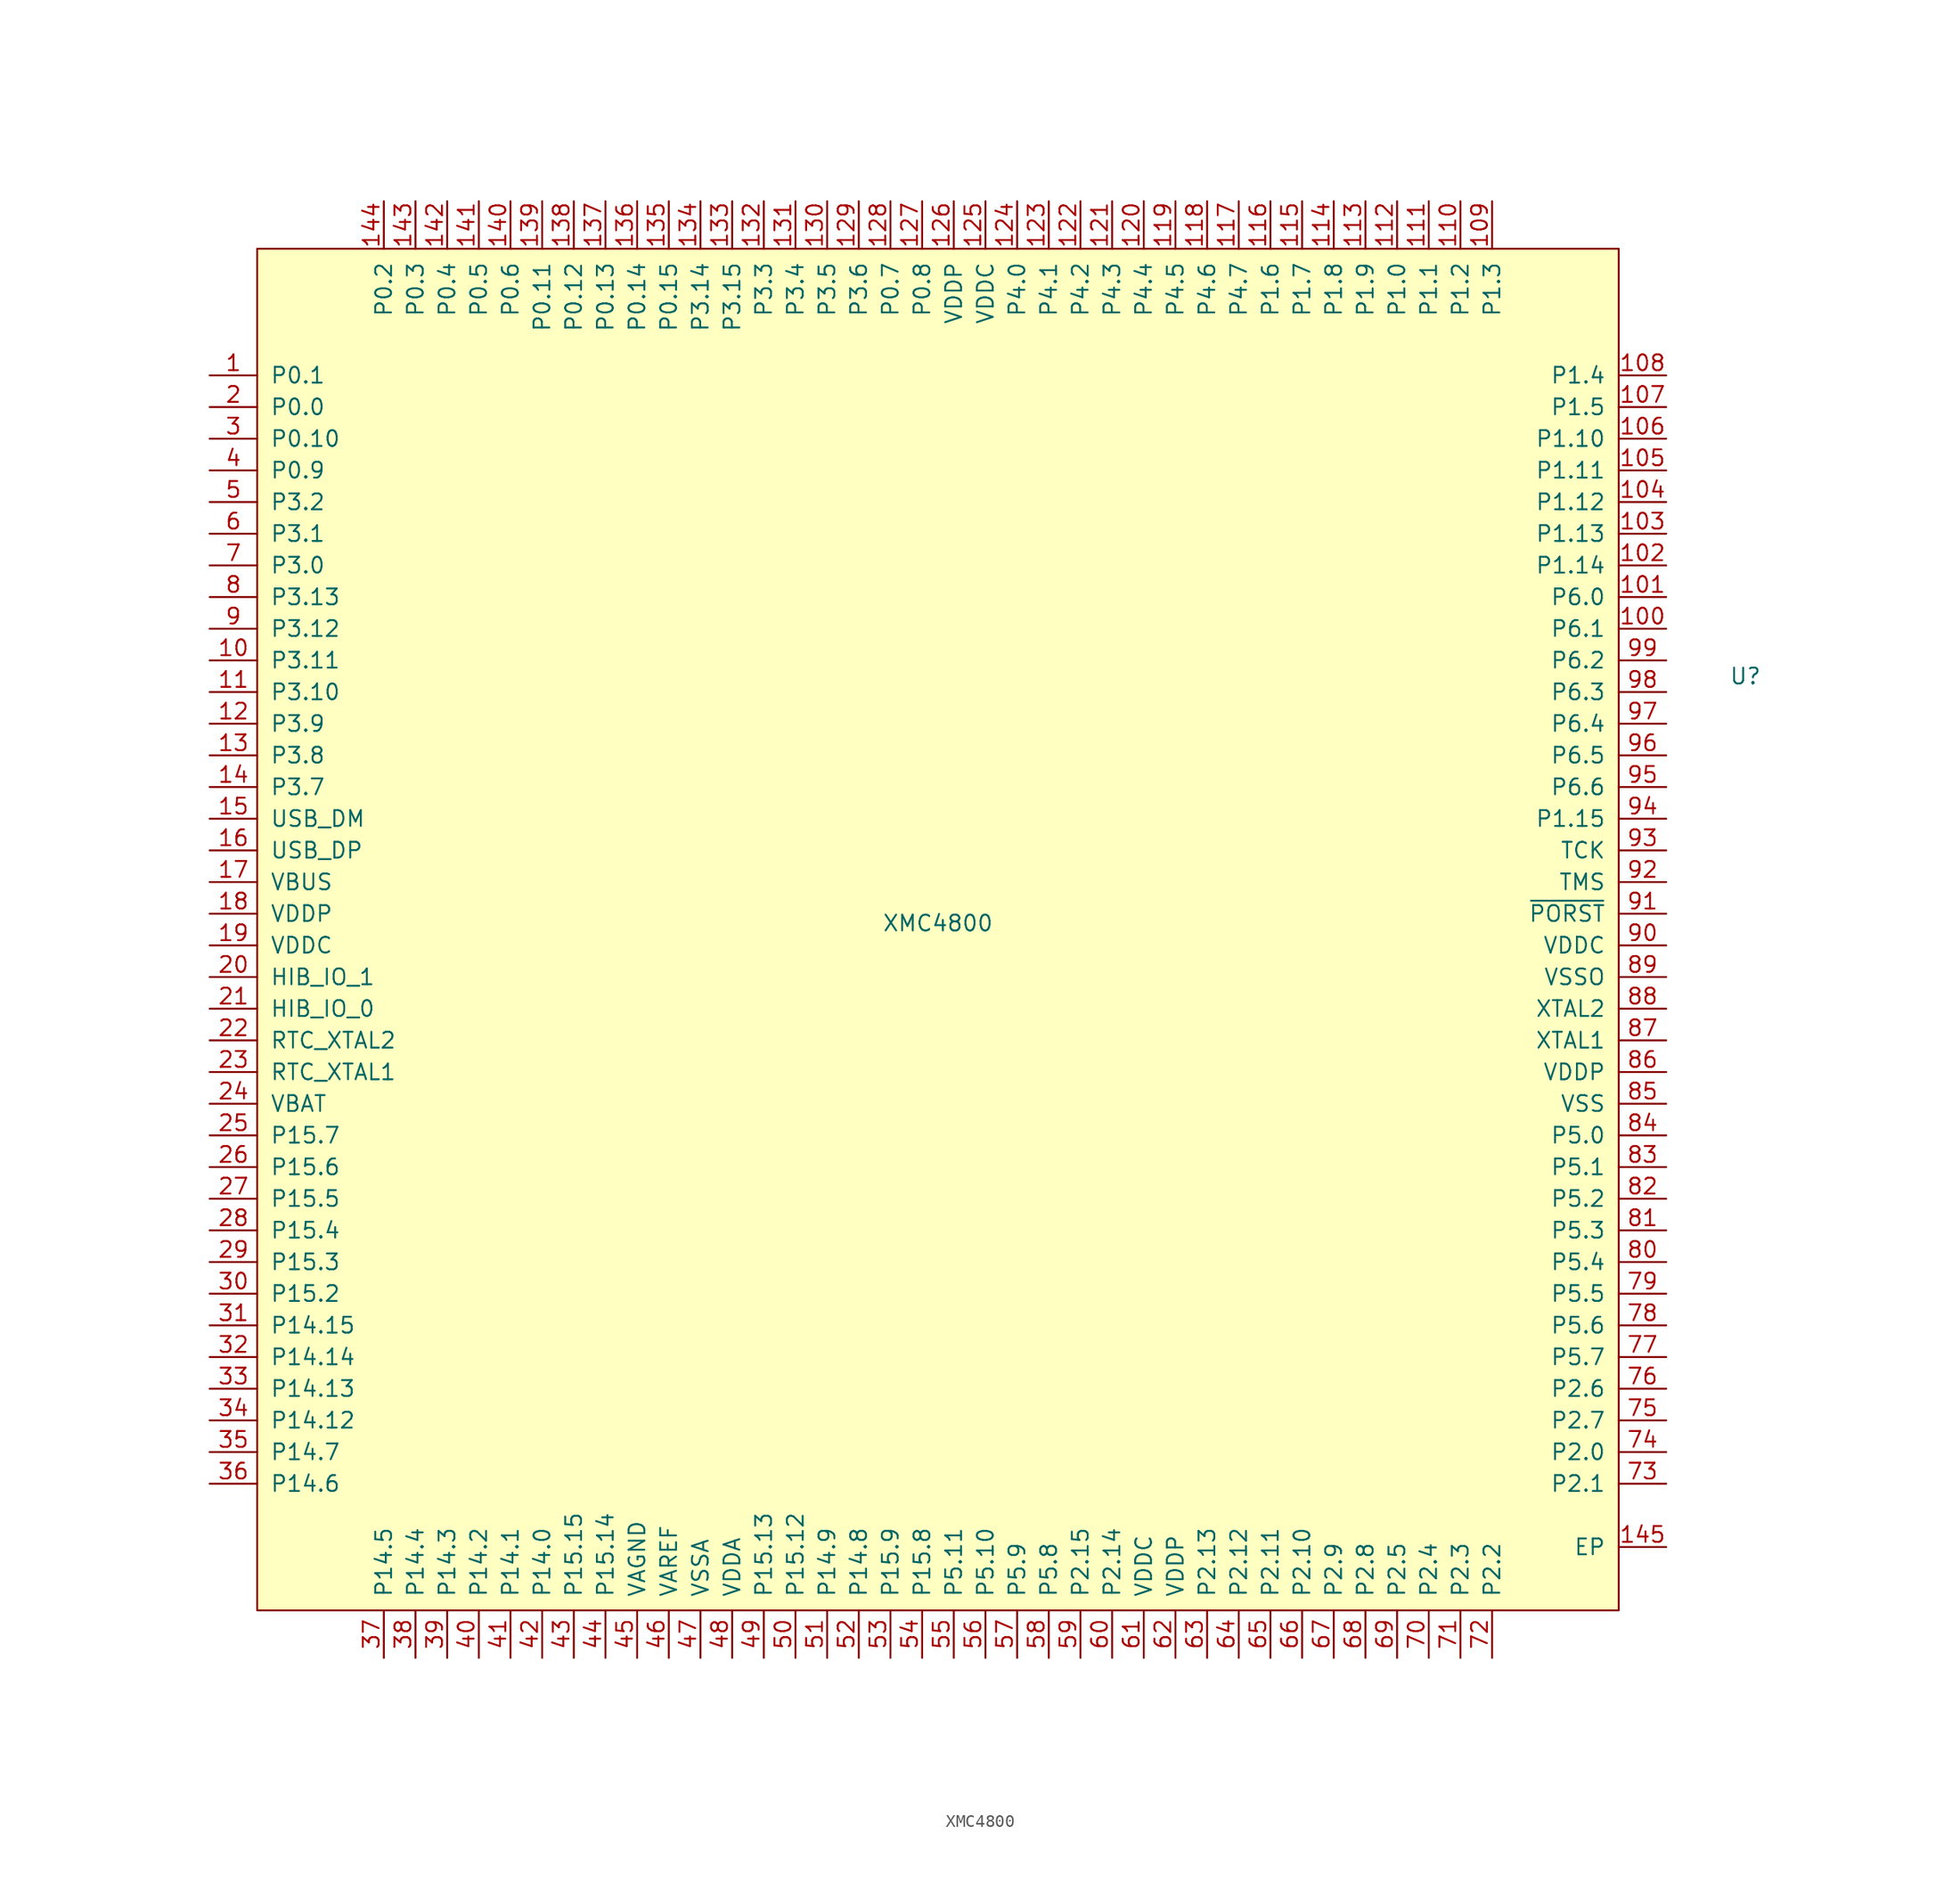
<source format=kicad_sym>
(kicad_symbol_lib
  (version 20211014)
  (generator kicad_symbol_editor)
  (symbol "XMC4800"
    (pin_names
      (offset 1.016))
    (property "Reference" "U"
      (at 64.77 20.32 0)
      (effects (font (size 1.27 1.27))))
    (property "Value" "XMC4800"
      (at 0 0.508 0)
      (effects (font (size 1.27 1.27))))
    (symbol "XMC4800_0_1"
      (rectangle (start -54.61 54.61) (end 54.61 -54.61) (stroke (width 0) (type default) (color 0 0 0 0)) (fill (type background))))
    (symbol "XMC4800_1_1"
      (pin passive line (at -58.42 44.45 0) (length 3.81) (name "P0.1" (effects (font (size 1.27 1.27)))) (number "1" (effects (font (size 1.27 1.27)))))
      (pin passive line (at -58.42 21.59 0) (length 3.81) (name "P3.11" (effects (font (size 1.27 1.27)))) (number "10" (effects (font (size 1.27 1.27)))))
      (pin passive line (at 58.42 24.13 180) (length 3.81) (name "P6.1" (effects (font (size 1.27 1.27)))) (number "100" (effects (font (size 1.27 1.27)))))
      (pin passive line (at 58.42 26.67 180) (length 3.81) (name "P6.0" (effects (font (size 1.27 1.27)))) (number "101" (effects (font (size 1.27 1.27)))))
      (pin passive line (at 58.42 29.21 180) (length 3.81) (name "P1.14" (effects (font (size 1.27 1.27)))) (number "102" (effects (font (size 1.27 1.27)))))
      (pin passive line (at 58.42 31.75 180) (length 3.81) (name "P1.13" (effects (font (size 1.27 1.27)))) (number "103" (effects (font (size 1.27 1.27)))))
      (pin passive line (at 58.42 34.29 180) (length 3.81) (name "P1.12" (effects (font (size 1.27 1.27)))) (number "104" (effects (font (size 1.27 1.27)))))
      (pin passive line (at 58.42 36.83 180) (length 3.81) (name "P1.11" (effects (font (size 1.27 1.27)))) (number "105" (effects (font (size 1.27 1.27)))))
      (pin passive line (at 58.42 39.37 180) (length 3.81) (name "P1.10" (effects (font (size 1.27 1.27)))) (number "106" (effects (font (size 1.27 1.27)))))
      (pin passive line (at 58.42 41.91 180) (length 3.81) (name "P1.5" (effects (font (size 1.27 1.27)))) (number "107" (effects (font (size 1.27 1.27)))))
      (pin passive line (at 58.42 44.45 180) (length 3.81) (name "P1.4" (effects (font (size 1.27 1.27)))) (number "108" (effects (font (size 1.27 1.27)))))
      (pin passive line (at 44.45 58.42 270) (length 3.81) (name "P1.3" (effects (font (size 1.27 1.27)))) (number "109" (effects (font (size 1.27 1.27)))))
      (pin passive line (at -58.42 19.05 0) (length 3.81) (name "P3.10" (effects (font (size 1.27 1.27)))) (number "11" (effects (font (size 1.27 1.27)))))
      (pin passive line (at 41.91 58.42 270) (length 3.81) (name "P1.2" (effects (font (size 1.27 1.27)))) (number "110" (effects (font (size 1.27 1.27)))))
      (pin passive line (at 39.37 58.42 270) (length 3.81) (name "P1.1" (effects (font (size 1.27 1.27)))) (number "111" (effects (font (size 1.27 1.27)))))
      (pin passive line (at 36.83 58.42 270) (length 3.81) (name "P1.0" (effects (font (size 1.27 1.27)))) (number "112" (effects (font (size 1.27 1.27)))))
      (pin passive line (at 34.29 58.42 270) (length 3.81) (name "P1.9" (effects (font (size 1.27 1.27)))) (number "113" (effects (font (size 1.27 1.27)))))
      (pin passive line (at 31.75 58.42 270) (length 3.81) (name "P1.8" (effects (font (size 1.27 1.27)))) (number "114" (effects (font (size 1.27 1.27)))))
      (pin passive line (at 29.21 58.42 270) (length 3.81) (name "P1.7" (effects (font (size 1.27 1.27)))) (number "115" (effects (font (size 1.27 1.27)))))
      (pin passive line (at 26.67 58.42 270) (length 3.81) (name "P1.6" (effects (font (size 1.27 1.27)))) (number "116" (effects (font (size 1.27 1.27)))))
      (pin passive line (at 24.13 58.42 270) (length 3.81) (name "P4.7" (effects (font (size 1.27 1.27)))) (number "117" (effects (font (size 1.27 1.27)))))
      (pin passive line (at 21.59 58.42 270) (length 3.81) (name "P4.6" (effects (font (size 1.27 1.27)))) (number "118" (effects (font (size 1.27 1.27)))))
      (pin passive line (at 19.05 58.42 270) (length 3.81) (name "P4.5" (effects (font (size 1.27 1.27)))) (number "119" (effects (font (size 1.27 1.27)))))
      (pin passive line (at -58.42 16.51 0) (length 3.81) (name "P3.9" (effects (font (size 1.27 1.27)))) (number "12" (effects (font (size 1.27 1.27)))))
      (pin passive line (at 16.51 58.42 270) (length 3.81) (name "P4.4" (effects (font (size 1.27 1.27)))) (number "120" (effects (font (size 1.27 1.27)))))
      (pin passive line (at 13.97 58.42 270) (length 3.81) (name "P4.3" (effects (font (size 1.27 1.27)))) (number "121" (effects (font (size 1.27 1.27)))))
      (pin passive line (at 11.43 58.42 270) (length 3.81) (name "P4.2" (effects (font (size 1.27 1.27)))) (number "122" (effects (font (size 1.27 1.27)))))
      (pin passive line (at 8.89 58.42 270) (length 3.81) (name "P4.1" (effects (font (size 1.27 1.27)))) (number "123" (effects (font (size 1.27 1.27)))))
      (pin passive line (at 6.35 58.42 270) (length 3.81) (name "P4.0" (effects (font (size 1.27 1.27)))) (number "124" (effects (font (size 1.27 1.27)))))
      (pin passive line (at 3.81 58.42 270) (length 3.81) (name "VDDC" (effects (font (size 1.27 1.27)))) (number "125" (effects (font (size 1.27 1.27)))))
      (pin passive line (at 1.27 58.42 270) (length 3.81) (name "VDDP" (effects (font (size 1.27 1.27)))) (number "126" (effects (font (size 1.27 1.27)))))
      (pin passive line (at -1.27 58.42 270) (length 3.81) (name "P0.8" (effects (font (size 1.27 1.27)))) (number "127" (effects (font (size 1.27 1.27)))))
      (pin passive line (at -3.81 58.42 270) (length 3.81) (name "P0.7" (effects (font (size 1.27 1.27)))) (number "128" (effects (font (size 1.27 1.27)))))
      (pin passive line (at -6.35 58.42 270) (length 3.81) (name "P3.6" (effects (font (size 1.27 1.27)))) (number "129" (effects (font (size 1.27 1.27)))))
      (pin passive line (at -58.42 13.97 0) (length 3.81) (name "P3.8" (effects (font (size 1.27 1.27)))) (number "13" (effects (font (size 1.27 1.27)))))
      (pin passive line (at -8.89 58.42 270) (length 3.81) (name "P3.5" (effects (font (size 1.27 1.27)))) (number "130" (effects (font (size 1.27 1.27)))))
      (pin passive line (at -11.43 58.42 270) (length 3.81) (name "P3.4" (effects (font (size 1.27 1.27)))) (number "131" (effects (font (size 1.27 1.27)))))
      (pin passive line (at -13.97 58.42 270) (length 3.81) (name "P3.3" (effects (font (size 1.27 1.27)))) (number "132" (effects (font (size 1.27 1.27)))))
      (pin passive line (at -16.51 58.42 270) (length 3.81) (name "P3.15" (effects (font (size 1.27 1.27)))) (number "133" (effects (font (size 1.27 1.27)))))
      (pin passive line (at -19.05 58.42 270) (length 3.81) (name "P3.14" (effects (font (size 1.27 1.27)))) (number "134" (effects (font (size 1.27 1.27)))))
      (pin passive line (at -21.59 58.42 270) (length 3.81) (name "P0.15" (effects (font (size 1.27 1.27)))) (number "135" (effects (font (size 1.27 1.27)))))
      (pin passive line (at -24.13 58.42 270) (length 3.81) (name "P0.14" (effects (font (size 1.27 1.27)))) (number "136" (effects (font (size 1.27 1.27)))))
      (pin passive line (at -26.67 58.42 270) (length 3.81) (name "P0.13" (effects (font (size 1.27 1.27)))) (number "137" (effects (font (size 1.27 1.27)))))
      (pin passive line (at -29.21 58.42 270) (length 3.81) (name "P0.12" (effects (font (size 1.27 1.27)))) (number "138" (effects (font (size 1.27 1.27)))))
      (pin passive line (at -31.75 58.42 270) (length 3.81) (name "P0.11" (effects (font (size 1.27 1.27)))) (number "139" (effects (font (size 1.27 1.27)))))
      (pin passive line (at -58.42 11.43 0) (length 3.81) (name "P3.7" (effects (font (size 1.27 1.27)))) (number "14" (effects (font (size 1.27 1.27)))))
      (pin passive line (at -34.29 58.42 270) (length 3.81) (name "P0.6" (effects (font (size 1.27 1.27)))) (number "140" (effects (font (size 1.27 1.27)))))
      (pin passive line (at -36.83 58.42 270) (length 3.81) (name "P0.5" (effects (font (size 1.27 1.27)))) (number "141" (effects (font (size 1.27 1.27)))))
      (pin passive line (at -39.37 58.42 270) (length 3.81) (name "P0.4" (effects (font (size 1.27 1.27)))) (number "142" (effects (font (size 1.27 1.27)))))
      (pin passive line (at -41.91 58.42 270) (length 3.81) (name "P0.3" (effects (font (size 1.27 1.27)))) (number "143" (effects (font (size 1.27 1.27)))))
      (pin passive line (at -44.45 58.42 270) (length 3.81) (name "P0.2" (effects (font (size 1.27 1.27)))) (number "144" (effects (font (size 1.27 1.27)))))
      (pin passive line (at 58.42 -49.53 180) (length 3.81) (name "EP" (effects (font (size 1.27 1.27)))) (number "145" (effects (font (size 1.27 1.27)))))
      (pin passive line (at -58.42 8.89 0) (length 3.81) (name "USB_DM" (effects (font (size 1.27 1.27)))) (number "15" (effects (font (size 1.27 1.27)))))
      (pin passive line (at -58.42 6.35 0) (length 3.81) (name "USB_DP" (effects (font (size 1.27 1.27)))) (number "16" (effects (font (size 1.27 1.27)))))
      (pin passive line (at -58.42 3.81 0) (length 3.81) (name "VBUS" (effects (font (size 1.27 1.27)))) (number "17" (effects (font (size 1.27 1.27)))))
      (pin passive line (at -58.42 1.27 0) (length 3.81) (name "VDDP" (effects (font (size 1.27 1.27)))) (number "18" (effects (font (size 1.27 1.27)))))
      (pin passive line (at -58.42 -1.27 0) (length 3.81) (name "VDDC" (effects (font (size 1.27 1.27)))) (number "19" (effects (font (size 1.27 1.27)))))
      (pin passive line (at -58.42 41.91 0) (length 3.81) (name "P0.0" (effects (font (size 1.27 1.27)))) (number "2" (effects (font (size 1.27 1.27)))))
      (pin passive line (at -58.42 -3.81 0) (length 3.81) (name "HIB_IO_1~{}" (effects (font (size 1.27 1.27)))) (number "20" (effects (font (size 1.27 1.27)))))
      (pin passive line (at -58.42 -6.35 0) (length 3.81) (name "HIB_IO_0" (effects (font (size 1.27 1.27)))) (number "21" (effects (font (size 1.27 1.27)))))
      (pin passive line (at -58.42 -8.89 0) (length 3.81) (name "RTC_XTAL2" (effects (font (size 1.27 1.27)))) (number "22" (effects (font (size 1.27 1.27)))))
      (pin passive line (at -58.42 -11.43 0) (length 3.81) (name "RTC_XTAL1" (effects (font (size 1.27 1.27)))) (number "23" (effects (font (size 1.27 1.27)))))
      (pin passive line (at -58.42 -13.97 0) (length 3.81) (name "VBAT" (effects (font (size 1.27 1.27)))) (number "24" (effects (font (size 1.27 1.27)))))
      (pin passive line (at -58.42 -16.51 0) (length 3.81) (name "P15.7" (effects (font (size 1.27 1.27)))) (number "25" (effects (font (size 1.27 1.27)))))
      (pin passive line (at -58.42 -19.05 0) (length 3.81) (name "P15.6" (effects (font (size 1.27 1.27)))) (number "26" (effects (font (size 1.27 1.27)))))
      (pin passive line (at -58.42 -21.59 0) (length 3.81) (name "P15.5" (effects (font (size 1.27 1.27)))) (number "27" (effects (font (size 1.27 1.27)))))
      (pin passive line (at -58.42 -24.13 0) (length 3.81) (name "P15.4" (effects (font (size 1.27 1.27)))) (number "28" (effects (font (size 1.27 1.27)))))
      (pin passive line (at -58.42 -26.67 0) (length 3.81) (name "P15.3" (effects (font (size 1.27 1.27)))) (number "29" (effects (font (size 1.27 1.27)))))
      (pin passive line (at -58.42 39.37 0) (length 3.81) (name "P0.10" (effects (font (size 1.27 1.27)))) (number "3" (effects (font (size 1.27 1.27)))))
      (pin passive line (at -58.42 -29.21 0) (length 3.81) (name "P15.2" (effects (font (size 1.27 1.27)))) (number "30" (effects (font (size 1.27 1.27)))))
      (pin passive line (at -58.42 -31.75 0) (length 3.81) (name "P14.15" (effects (font (size 1.27 1.27)))) (number "31" (effects (font (size 1.27 1.27)))))
      (pin passive line (at -58.42 -34.29 0) (length 3.81) (name "P14.14" (effects (font (size 1.27 1.27)))) (number "32" (effects (font (size 1.27 1.27)))))
      (pin passive line (at -58.42 -36.83 0) (length 3.81) (name "P14.13" (effects (font (size 1.27 1.27)))) (number "33" (effects (font (size 1.27 1.27)))))
      (pin passive line (at -58.42 -39.37 0) (length 3.81) (name "P14.12" (effects (font (size 1.27 1.27)))) (number "34" (effects (font (size 1.27 1.27)))))
      (pin passive line (at -58.42 -41.91 0) (length 3.81) (name "P14.7" (effects (font (size 1.27 1.27)))) (number "35" (effects (font (size 1.27 1.27)))))
      (pin passive line (at -58.42 -44.45 0) (length 3.81) (name "P14.6" (effects (font (size 1.27 1.27)))) (number "36" (effects (font (size 1.27 1.27)))))
      (pin passive line (at -44.45 -58.42 90) (length 3.81) (name "P14.5" (effects (font (size 1.27 1.27)))) (number "37" (effects (font (size 1.27 1.27)))))
      (pin passive line (at -41.91 -58.42 90) (length 3.81) (name "P14.4" (effects (font (size 1.27 1.27)))) (number "38" (effects (font (size 1.27 1.27)))))
      (pin passive line (at -39.37 -58.42 90) (length 3.81) (name "P14.3" (effects (font (size 1.27 1.27)))) (number "39" (effects (font (size 1.27 1.27)))))
      (pin passive line (at -58.42 36.83 0) (length 3.81) (name "P0.9" (effects (font (size 1.27 1.27)))) (number "4" (effects (font (size 1.27 1.27)))))
      (pin passive line (at -36.83 -58.42 90) (length 3.81) (name "P14.2" (effects (font (size 1.27 1.27)))) (number "40" (effects (font (size 1.27 1.27)))))
      (pin passive line (at -34.29 -58.42 90) (length 3.81) (name "P14.1" (effects (font (size 1.27 1.27)))) (number "41" (effects (font (size 1.27 1.27)))))
      (pin passive line (at -31.75 -58.42 90) (length 3.81) (name "P14.0" (effects (font (size 1.27 1.27)))) (number "42" (effects (font (size 1.27 1.27)))))
      (pin passive line (at -29.21 -58.42 90) (length 3.81) (name "P15.15" (effects (font (size 1.27 1.27)))) (number "43" (effects (font (size 1.27 1.27)))))
      (pin passive line (at -26.67 -58.42 90) (length 3.81) (name "P15.14" (effects (font (size 1.27 1.27)))) (number "44" (effects (font (size 1.27 1.27)))))
      (pin passive line (at -24.13 -58.42 90) (length 3.81) (name "VAGND" (effects (font (size 1.27 1.27)))) (number "45" (effects (font (size 1.27 1.27)))))
      (pin passive line (at -21.59 -58.42 90) (length 3.81) (name "VAREF" (effects (font (size 1.27 1.27)))) (number "46" (effects (font (size 1.27 1.27)))))
      (pin passive line (at -19.05 -58.42 90) (length 3.81) (name "VSSA" (effects (font (size 1.27 1.27)))) (number "47" (effects (font (size 1.27 1.27)))))
      (pin passive line (at -16.51 -58.42 90) (length 3.81) (name "VDDA" (effects (font (size 1.27 1.27)))) (number "48" (effects (font (size 1.27 1.27)))))
      (pin passive line (at -13.97 -58.42 90) (length 3.81) (name "P15.13" (effects (font (size 1.27 1.27)))) (number "49" (effects (font (size 1.27 1.27)))))
      (pin passive line (at -58.42 34.29 0) (length 3.81) (name "P3.2" (effects (font (size 1.27 1.27)))) (number "5" (effects (font (size 1.27 1.27)))))
      (pin passive line (at -11.43 -58.42 90) (length 3.81) (name "P15.12" (effects (font (size 1.27 1.27)))) (number "50" (effects (font (size 1.27 1.27)))))
      (pin passive line (at -8.89 -58.42 90) (length 3.81) (name "P14.9" (effects (font (size 1.27 1.27)))) (number "51" (effects (font (size 1.27 1.27)))))
      (pin passive line (at -6.35 -58.42 90) (length 3.81) (name "P14.8" (effects (font (size 1.27 1.27)))) (number "52" (effects (font (size 1.27 1.27)))))
      (pin passive line (at -3.81 -58.42 90) (length 3.81) (name "P15.9" (effects (font (size 1.27 1.27)))) (number "53" (effects (font (size 1.27 1.27)))))
      (pin passive line (at -1.27 -58.42 90) (length 3.81) (name "P15.8" (effects (font (size 1.27 1.27)))) (number "54" (effects (font (size 1.27 1.27)))))
      (pin passive line (at 1.27 -58.42 90) (length 3.81) (name "P5.11" (effects (font (size 1.27 1.27)))) (number "55" (effects (font (size 1.27 1.27)))))
      (pin passive line (at 3.81 -58.42 90) (length 3.81) (name "P5.10" (effects (font (size 1.27 1.27)))) (number "56" (effects (font (size 1.27 1.27)))))
      (pin passive line (at 6.35 -58.42 90) (length 3.81) (name "P5.9" (effects (font (size 1.27 1.27)))) (number "57" (effects (font (size 1.27 1.27)))))
      (pin passive line (at 8.89 -58.42 90) (length 3.81) (name "P5.8" (effects (font (size 1.27 1.27)))) (number "58" (effects (font (size 1.27 1.27)))))
      (pin passive line (at 11.43 -58.42 90) (length 3.81) (name "P2.15" (effects (font (size 1.27 1.27)))) (number "59" (effects (font (size 1.27 1.27)))))
      (pin passive line (at -58.42 31.75 0) (length 3.81) (name "P3.1" (effects (font (size 1.27 1.27)))) (number "6" (effects (font (size 1.27 1.27)))))
      (pin passive line (at 13.97 -58.42 90) (length 3.81) (name "P2.14" (effects (font (size 1.27 1.27)))) (number "60" (effects (font (size 1.27 1.27)))))
      (pin passive line (at 16.51 -58.42 90) (length 3.81) (name "VDDC" (effects (font (size 1.27 1.27)))) (number "61" (effects (font (size 1.27 1.27)))))
      (pin passive line (at 19.05 -58.42 90) (length 3.81) (name "VDDP" (effects (font (size 1.27 1.27)))) (number "62" (effects (font (size 1.27 1.27)))))
      (pin passive line (at 21.59 -58.42 90) (length 3.81) (name "P2.13" (effects (font (size 1.27 1.27)))) (number "63" (effects (font (size 1.27 1.27)))))
      (pin passive line (at 24.13 -58.42 90) (length 3.81) (name "P2.12" (effects (font (size 1.27 1.27)))) (number "64" (effects (font (size 1.27 1.27)))))
      (pin passive line (at 26.67 -58.42 90) (length 3.81) (name "P2.11" (effects (font (size 1.27 1.27)))) (number "65" (effects (font (size 1.27 1.27)))))
      (pin passive line (at 29.21 -58.42 90) (length 3.81) (name "P2.10" (effects (font (size 1.27 1.27)))) (number "66" (effects (font (size 1.27 1.27)))))
      (pin passive line (at 31.75 -58.42 90) (length 3.81) (name "P2.9" (effects (font (size 1.27 1.27)))) (number "67" (effects (font (size 1.27 1.27)))))
      (pin passive line (at 34.29 -58.42 90) (length 3.81) (name "P2.8" (effects (font (size 1.27 1.27)))) (number "68" (effects (font (size 1.27 1.27)))))
      (pin passive line (at 36.83 -58.42 90) (length 3.81) (name "P2.5" (effects (font (size 1.27 1.27)))) (number "69" (effects (font (size 1.27 1.27)))))
      (pin passive line (at -58.42 29.21 0) (length 3.81) (name "P3.0" (effects (font (size 1.27 1.27)))) (number "7" (effects (font (size 1.27 1.27)))))
      (pin passive line (at 39.37 -58.42 90) (length 3.81) (name "P2.4" (effects (font (size 1.27 1.27)))) (number "70" (effects (font (size 1.27 1.27)))))
      (pin passive line (at 41.91 -58.42 90) (length 3.81) (name "P2.3" (effects (font (size 1.27 1.27)))) (number "71" (effects (font (size 1.27 1.27)))))
      (pin passive line (at 44.45 -58.42 90) (length 3.81) (name "P2.2" (effects (font (size 1.27 1.27)))) (number "72" (effects (font (size 1.27 1.27)))))
      (pin passive line (at 58.42 -44.45 180) (length 3.81) (name "P2.1" (effects (font (size 1.27 1.27)))) (number "73" (effects (font (size 1.27 1.27)))))
      (pin passive line (at 58.42 -41.91 180) (length 3.81) (name "P2.0" (effects (font (size 1.27 1.27)))) (number "74" (effects (font (size 1.27 1.27)))))
      (pin passive line (at 58.42 -39.37 180) (length 3.81) (name "P2.7" (effects (font (size 1.27 1.27)))) (number "75" (effects (font (size 1.27 1.27)))))
      (pin passive line (at 58.42 -36.83 180) (length 3.81) (name "P2.6" (effects (font (size 1.27 1.27)))) (number "76" (effects (font (size 1.27 1.27)))))
      (pin passive line (at 58.42 -34.29 180) (length 3.81) (name "P5.7" (effects (font (size 1.27 1.27)))) (number "77" (effects (font (size 1.27 1.27)))))
      (pin passive line (at 58.42 -31.75 180) (length 3.81) (name "P5.6" (effects (font (size 1.27 1.27)))) (number "78" (effects (font (size 1.27 1.27)))))
      (pin passive line (at 58.42 -29.21 180) (length 3.81) (name "P5.5" (effects (font (size 1.27 1.27)))) (number "79" (effects (font (size 1.27 1.27)))))
      (pin passive line (at -58.42 26.67 0) (length 3.81) (name "P3.13" (effects (font (size 1.27 1.27)))) (number "8" (effects (font (size 1.27 1.27)))))
      (pin passive line (at 58.42 -26.67 180) (length 3.81) (name "P5.4" (effects (font (size 1.27 1.27)))) (number "80" (effects (font (size 1.27 1.27)))))
      (pin passive line (at 58.42 -24.13 180) (length 3.81) (name "P5.3" (effects (font (size 1.27 1.27)))) (number "81" (effects (font (size 1.27 1.27)))))
      (pin passive line (at 58.42 -21.59 180) (length 3.81) (name "P5.2" (effects (font (size 1.27 1.27)))) (number "82" (effects (font (size 1.27 1.27)))))
      (pin passive line (at 58.42 -19.05 180) (length 3.81) (name "P5.1" (effects (font (size 1.27 1.27)))) (number "83" (effects (font (size 1.27 1.27)))))
      (pin passive line (at 58.42 -16.51 180) (length 3.81) (name "P5.0" (effects (font (size 1.27 1.27)))) (number "84" (effects (font (size 1.27 1.27)))))
      (pin passive line (at 58.42 -13.97 180) (length 3.81) (name "VSS" (effects (font (size 1.27 1.27)))) (number "85" (effects (font (size 1.27 1.27)))))
      (pin passive line (at 58.42 -11.43 180) (length 3.81) (name "VDDP" (effects (font (size 1.27 1.27)))) (number "86" (effects (font (size 1.27 1.27)))))
      (pin passive line (at 58.42 -8.89 180) (length 3.81) (name "XTAL1" (effects (font (size 1.27 1.27)))) (number "87" (effects (font (size 1.27 1.27)))))
      (pin passive line (at 58.42 -6.35 180) (length 3.81) (name "XTAL2" (effects (font (size 1.27 1.27)))) (number "88" (effects (font (size 1.27 1.27)))))
      (pin passive line (at 58.42 -3.81 180) (length 3.81) (name "VSSO" (effects (font (size 1.27 1.27)))) (number "89" (effects (font (size 1.27 1.27)))))
      (pin passive line (at -58.42 24.13 0) (length 3.81) (name "P3.12" (effects (font (size 1.27 1.27)))) (number "9" (effects (font (size 1.27 1.27)))))
      (pin passive line (at 58.42 -1.27 180) (length 3.81) (name "VDDC" (effects (font (size 1.27 1.27)))) (number "90" (effects (font (size 1.27 1.27)))))
      (pin passive line (at 58.42 1.27 180) (length 3.81) (name "~{PORST}" (effects (font (size 1.27 1.27)))) (number "91" (effects (font (size 1.27 1.27)))))
      (pin passive line (at 58.42 3.81 180) (length 3.81) (name "TMS" (effects (font (size 1.27 1.27)))) (number "92" (effects (font (size 1.27 1.27)))))
      (pin passive line (at 58.42 6.35 180) (length 3.81) (name "TCK" (effects (font (size 1.27 1.27)))) (number "93" (effects (font (size 1.27 1.27)))))
      (pin passive line (at 58.42 8.89 180) (length 3.81) (name "P1.15" (effects (font (size 1.27 1.27)))) (number "94" (effects (font (size 1.27 1.27)))))
      (pin passive line (at 58.42 11.43 180) (length 3.81) (name "P6.6" (effects (font (size 1.27 1.27)))) (number "95" (effects (font (size 1.27 1.27)))))
      (pin passive line (at 58.42 13.97 180) (length 3.81) (name "P6.5" (effects (font (size 1.27 1.27)))) (number "96" (effects (font (size 1.27 1.27)))))
      (pin passive line (at 58.42 16.51 180) (length 3.81) (name "P6.4" (effects (font (size 1.27 1.27)))) (number "97" (effects (font (size 1.27 1.27)))))
      (pin passive line (at 58.42 19.05 180) (length 3.81) (name "P6.3" (effects (font (size 1.27 1.27)))) (number "98" (effects (font (size 1.27 1.27)))))
      (pin passive line (at 58.42 21.59 180) (length 3.81) (name "P6.2" (effects (font (size 1.27 1.27)))) (number "99" (effects (font (size 1.27 1.27))))))))
</source>
